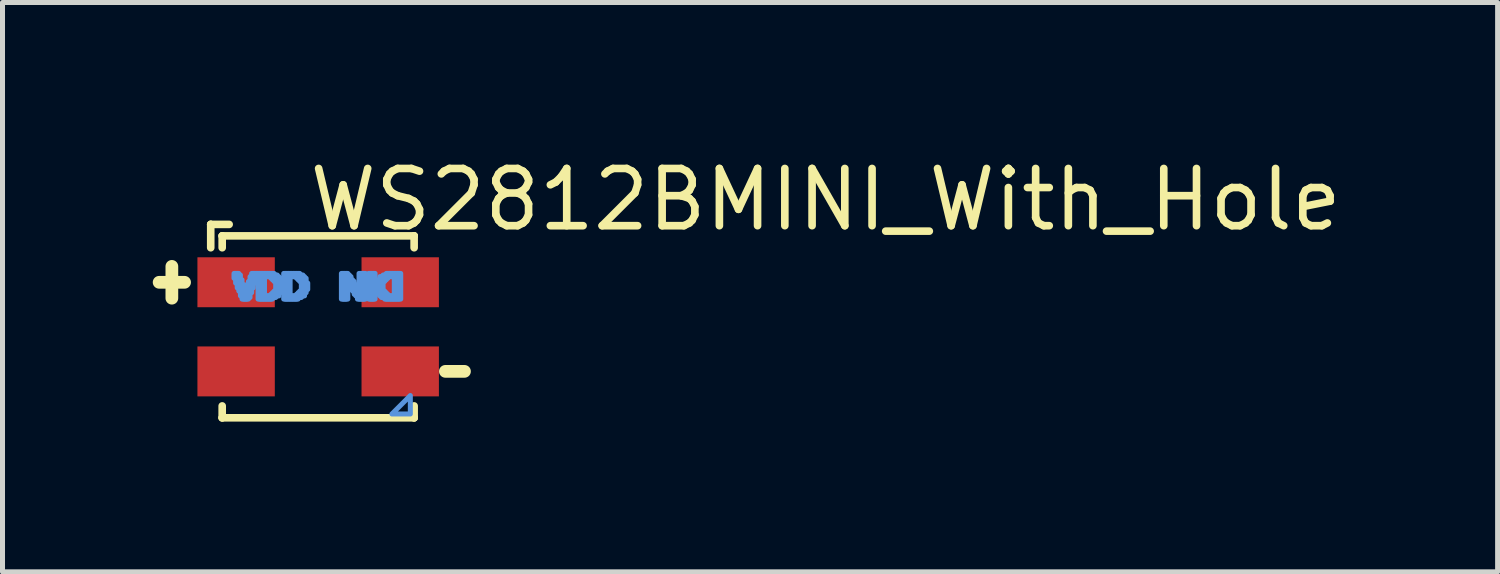
<source format=kicad_pcb>
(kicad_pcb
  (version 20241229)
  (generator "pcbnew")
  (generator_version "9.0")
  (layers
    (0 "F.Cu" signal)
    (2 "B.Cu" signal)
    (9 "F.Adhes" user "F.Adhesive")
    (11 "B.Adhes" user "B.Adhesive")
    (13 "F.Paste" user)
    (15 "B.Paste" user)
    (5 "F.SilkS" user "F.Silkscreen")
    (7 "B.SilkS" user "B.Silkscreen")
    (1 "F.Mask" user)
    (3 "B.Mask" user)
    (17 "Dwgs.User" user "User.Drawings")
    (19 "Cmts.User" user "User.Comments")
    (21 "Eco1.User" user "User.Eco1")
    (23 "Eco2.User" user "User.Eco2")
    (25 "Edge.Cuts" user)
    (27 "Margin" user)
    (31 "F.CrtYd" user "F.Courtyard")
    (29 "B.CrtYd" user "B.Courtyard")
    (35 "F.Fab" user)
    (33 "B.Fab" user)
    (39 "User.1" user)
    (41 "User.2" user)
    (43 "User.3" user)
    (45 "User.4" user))
  (footprint "WS2812BMINI_With_Hole"
    (layer "F.Cu")
    (at 3.302 3.475)
    (property "Reference" "WS2812BMINI_With_Hole" (at -0.254 -2.54 0) (layer "F.SilkS") (effects (font (size 1.143 1.143) (thickness 0.152)) (justify left)))
    (attr smd)
    (fp_line (start -3.175 -0.889) (end -2.667 -0.889) (stroke (width 0.254) (type solid)) (layer "F.SilkS"))
    (fp_line (start -2.921 -1.207) (end -2.921 -0.572) (stroke (width 0.254) (type solid)) (layer "F.SilkS"))
    (fp_line (start -2.145 -2.045) (end -2.145 -2.045) (stroke (width 0.152) (type solid)) (layer "F.SilkS"))
    (fp_line (start -2.145 -2.045) (end -1.777 -2.045) (stroke (width 0.152) (type solid)) (layer "F.SilkS"))
    (fp_line (start -2.145 -1.579) (end -2.145 -2.045) (stroke (width 0.152) (type solid)) (layer "F.SilkS"))
    (fp_line (start -1.916 -1.816) (end -1.916 -1.816) (stroke (width 0.152) (type solid)) (layer "F.SilkS"))
    (fp_line (start -1.916 -1.816) (end 1.916 -1.816) (stroke (width 0.152) (type solid)) (layer "F.SilkS"))
    (fp_line (start -1.916 -1.579) (end -1.916 -1.816) (stroke (width 0.152) (type solid)) (layer "F.SilkS"))
    (fp_line (start -1.916 1.579) (end -1.916 1.816) (stroke (width 0.152) (type solid)) (layer "F.SilkS"))
    (fp_line (start -1.916 1.816) (end -1.916 1.816) (stroke (width 0.152) (type solid)) (layer "F.SilkS"))
    (fp_line (start -1.916 1.816) (end 1.916 1.816) (stroke (width 0.152) (type solid)) (layer "F.SilkS"))
    (fp_line (start 1.916 -1.816) (end 1.916 -1.816) (stroke (width 0.152) (type solid)) (layer "F.SilkS"))
    (fp_line (start 1.916 -1.816) (end 1.916 -1.579) (stroke (width 0.152) (type solid)) (layer "F.SilkS"))
    (fp_line (start 1.916 1.816) (end 1.916 1.579) (stroke (width 0.152) (type solid)) (layer "F.SilkS"))
    (fp_line (start 1.916 1.816) (end 1.916 1.816) (stroke (width 0.152) (type solid)) (layer "F.SilkS"))
    (fp_line (start 2.54 0.889) (end 2.921 0.889) (stroke (width 0.254) (type solid)) (layer "F.SilkS"))
    (fp_poly (pts (xy -1.68 -1.066) (xy -1.648 -1.066) (xy -1.648 -0.97) (xy -1.68 -0.97)) (stroke (width 0.1) (type solid)) (fill no) (layer "Cmts.User"))
    (fp_poly (pts (xy -1.648 -1.066) (xy -1.616 -1.066) (xy -1.616 -0.874) (xy -1.648 -0.874)) (stroke (width 0.1) (type solid)) (fill no) (layer "Cmts.User"))
    (fp_poly (pts (xy -1.616 -1.066) (xy -1.584 -1.066) (xy -1.584 -0.778) (xy -1.616 -0.778)) (stroke (width 0.1) (type solid)) (fill no) (layer "Cmts.User"))
    (fp_poly (pts (xy -1.584 -1.034) (xy -1.552 -1.034) (xy -1.552 -0.714) (xy -1.584 -0.714)) (stroke (width 0.1) (type solid)) (fill no) (layer "Cmts.User"))
    (fp_poly (pts (xy -1.552 -0.938) (xy -1.52 -0.938) (xy -1.52 -0.618) (xy -1.552 -0.618)) (stroke (width 0.1) (type solid)) (fill no) (layer "Cmts.User"))
    (fp_poly (pts (xy -1.52 -0.842) (xy -1.488 -0.842) (xy -1.488 -0.554) (xy -1.52 -0.554)) (stroke (width 0.1) (type solid)) (fill no) (layer "Cmts.User"))
    (fp_poly (pts (xy -1.488 -0.746) (xy -1.456 -0.746) (xy -1.456 -0.554) (xy -1.488 -0.554)) (stroke (width 0.1) (type solid)) (fill no) (layer "Cmts.User"))
    (fp_poly (pts (xy -1.456 -0.746) (xy -1.424 -0.746) (xy -1.424 -0.554) (xy -1.456 -0.554)) (stroke (width 0.1) (type solid)) (fill no) (layer "Cmts.User"))
    (fp_poly (pts (xy -1.424 -0.842) (xy -1.392 -0.842) (xy -1.392 -0.554) (xy -1.424 -0.554)) (stroke (width 0.1) (type solid)) (fill no) (layer "Cmts.User"))
    (fp_poly (pts (xy -1.392 -0.906) (xy -1.36 -0.906) (xy -1.36 -0.586) (xy -1.392 -0.586)) (stroke (width 0.1) (type solid)) (fill no) (layer "Cmts.User"))
    (fp_poly (pts (xy -1.36 -1.002) (xy -1.328 -1.002) (xy -1.328 -0.682) (xy -1.36 -0.682)) (stroke (width 0.1) (type solid)) (fill no) (layer "Cmts.User"))
    (fp_poly (pts (xy -1.328 -1.066) (xy -1.296 -1.066) (xy -1.296 -0.778) (xy -1.328 -0.778)) (stroke (width 0.1) (type solid)) (fill no) (layer "Cmts.User"))
    (fp_poly (pts (xy -1.296 -1.066) (xy -1.264 -1.066) (xy -1.264 -0.874) (xy -1.296 -0.874)) (stroke (width 0.1) (type solid)) (fill no) (layer "Cmts.User"))
    (fp_poly (pts (xy -1.264 -1.066) (xy -1.232 -1.066) (xy -1.232 -0.97) (xy -1.264 -0.97)) (stroke (width 0.1) (type solid)) (fill no) (layer "Cmts.User"))
    (fp_poly (pts (xy -1.232 -1.066) (xy -1.2 -1.066) (xy -1.2 -1.034) (xy -1.232 -1.034)) (stroke (width 0.1) (type solid)) (fill no) (layer "Cmts.User"))
    (fp_poly (pts (xy -1.2 -1.066) (xy -1.168 -1.066) (xy -1.168 -0.554) (xy -1.2 -0.554)) (stroke (width 0.1) (type solid)) (fill no) (layer "Cmts.User"))
    (fp_poly (pts (xy -1.168 -1.066) (xy -1.136 -1.066) (xy -1.136 -0.554) (xy -1.168 -0.554)) (stroke (width 0.1) (type solid)) (fill no) (layer "Cmts.User"))
    (fp_poly (pts (xy -1.136 -1.066) (xy -1.104 -1.066) (xy -1.104 -0.554) (xy -1.136 -0.554)) (stroke (width 0.1) (type solid)) (fill no) (layer "Cmts.User"))
    (fp_poly (pts (xy -1.104 -1.066) (xy -1.072 -1.066) (xy -1.072 -0.554) (xy -1.104 -0.554)) (stroke (width 0.1) (type solid)) (fill no) (layer "Cmts.User"))
    (fp_poly (pts (xy -1.072 -1.066) (xy -1.04 -1.066) (xy -1.04 -1.002) (xy -1.072 -1.002)) (stroke (width 0.1) (type solid)) (fill no) (layer "Cmts.User"))
    (fp_poly (pts (xy -1.072 -0.618) (xy -1.04 -0.618) (xy -1.04 -0.554) (xy -1.072 -0.554)) (stroke (width 0.1) (type solid)) (fill no) (layer "Cmts.User"))
    (fp_poly (pts (xy -1.04 -1.066) (xy -1.008 -1.066) (xy -1.008 -1.002) (xy -1.04 -1.002)) (stroke (width 0.1) (type solid)) (fill no) (layer "Cmts.User"))
    (fp_poly (pts (xy -1.04 -0.618) (xy -1.008 -0.618) (xy -1.008 -0.554) (xy -1.04 -0.554)) (stroke (width 0.1) (type solid)) (fill no) (layer "Cmts.User"))
    (fp_poly (pts (xy -1.008 -1.066) (xy -0.976 -1.066) (xy -0.976 -1.002) (xy -1.008 -1.002)) (stroke (width 0.1) (type solid)) (fill no) (layer "Cmts.User"))
    (fp_poly (pts (xy -1.008 -0.618) (xy -0.976 -0.618) (xy -0.976 -0.554) (xy -1.008 -0.554)) (stroke (width 0.1) (type solid)) (fill no) (layer "Cmts.User"))
    (fp_poly (pts (xy -0.976 -1.066) (xy -0.944 -1.066) (xy -0.944 -1.002) (xy -0.976 -1.002)) (stroke (width 0.1) (type solid)) (fill no) (layer "Cmts.User"))
    (fp_poly (pts (xy -0.976 -0.618) (xy -0.944 -0.618) (xy -0.944 -0.554) (xy -0.976 -0.554)) (stroke (width 0.1) (type solid)) (fill no) (layer "Cmts.User"))
    (fp_poly (pts (xy -0.944 -1.066) (xy -0.912 -1.066) (xy -0.912 -0.97) (xy -0.944 -0.97)) (stroke (width 0.1) (type solid)) (fill no) (layer "Cmts.User"))
    (fp_poly (pts (xy -0.944 -0.65) (xy -0.912 -0.65) (xy -0.912 -0.554) (xy -0.944 -0.554)) (stroke (width 0.1) (type solid)) (fill no) (layer "Cmts.User"))
    (fp_poly (pts (xy -0.912 -1.066) (xy -0.88 -1.066) (xy -0.88 -0.938) (xy -0.912 -0.938)) (stroke (width 0.1) (type solid)) (fill no) (layer "Cmts.User"))
    (fp_poly (pts (xy -0.912 -0.682) (xy -0.88 -0.682) (xy -0.88 -0.586) (xy -0.912 -0.586)) (stroke (width 0.1) (type solid)) (fill no) (layer "Cmts.User"))
    (fp_poly (pts (xy -0.88 -1.034) (xy -0.848 -1.034) (xy -0.848 -0.906) (xy -0.88 -0.906)) (stroke (width 0.1) (type solid)) (fill no) (layer "Cmts.User"))
    (fp_poly (pts (xy -0.88 -0.714) (xy -0.848 -0.714) (xy -0.848 -0.586) (xy -0.88 -0.586)) (stroke (width 0.1) (type solid)) (fill no) (layer "Cmts.User"))
    (fp_poly (pts (xy -0.848 -1.034) (xy -0.816 -1.034) (xy -0.816 -0.618) (xy -0.848 -0.618)) (stroke (width 0.1) (type solid)) (fill no) (layer "Cmts.User"))
    (fp_poly (pts (xy -0.816 -1.002) (xy -0.784 -1.002) (xy -0.784 -0.618) (xy -0.816 -0.618)) (stroke (width 0.1) (type solid)) (fill no) (layer "Cmts.User"))
    (fp_poly (pts (xy -0.784 -0.97) (xy -0.752 -0.97) (xy -0.752 -0.682) (xy -0.784 -0.682)) (stroke (width 0.1) (type solid)) (fill no) (layer "Cmts.User"))
    (fp_poly (pts (xy -0.752 -0.874) (xy -0.72 -0.874) (xy -0.72 -0.746) (xy -0.752 -0.746)) (stroke (width 0.1) (type solid)) (fill no) (layer "Cmts.User"))
    (fp_poly (pts (xy -0.688 -1.066) (xy -0.656 -1.066) (xy -0.656 -0.554) (xy -0.688 -0.554)) (stroke (width 0.1) (type solid)) (fill no) (layer "Cmts.User"))
    (fp_poly (pts (xy -0.656 -1.066) (xy -0.624 -1.066) (xy -0.624 -0.554) (xy -0.656 -0.554)) (stroke (width 0.1) (type solid)) (fill no) (layer "Cmts.User"))
    (fp_poly (pts (xy -0.624 -1.066) (xy -0.592 -1.066) (xy -0.592 -0.554) (xy -0.624 -0.554)) (stroke (width 0.1) (type solid)) (fill no) (layer "Cmts.User"))
    (fp_poly (pts (xy -0.592 -1.066) (xy -0.56 -1.066) (xy -0.56 -0.554) (xy -0.592 -0.554)) (stroke (width 0.1) (type solid)) (fill no) (layer "Cmts.User"))
    (fp_poly (pts (xy -0.56 -1.066) (xy -0.528 -1.066) (xy -0.528 -1.002) (xy -0.56 -1.002)) (stroke (width 0.1) (type solid)) (fill no) (layer "Cmts.User"))
    (fp_poly (pts (xy -0.56 -0.618) (xy -0.528 -0.618) (xy -0.528 -0.554) (xy -0.56 -0.554)) (stroke (width 0.1) (type solid)) (fill no) (layer "Cmts.User"))
    (fp_poly (pts (xy -0.528 -1.066) (xy -0.496 -1.066) (xy -0.496 -1.002) (xy -0.528 -1.002)) (stroke (width 0.1) (type solid)) (fill no) (layer "Cmts.User"))
    (fp_poly (pts (xy -0.528 -0.618) (xy -0.496 -0.618) (xy -0.496 -0.554) (xy -0.528 -0.554)) (stroke (width 0.1) (type solid)) (fill no) (layer "Cmts.User"))
    (fp_poly (pts (xy -0.496 -1.066) (xy -0.464 -1.066) (xy -0.464 -1.002) (xy -0.496 -1.002)) (stroke (width 0.1) (type solid)) (fill no) (layer "Cmts.User"))
    (fp_poly (pts (xy -0.496 -0.618) (xy -0.464 -0.618) (xy -0.464 -0.554) (xy -0.496 -0.554)) (stroke (width 0.1) (type solid)) (fill no) (layer "Cmts.User"))
    (fp_poly (pts (xy -0.464 -1.066) (xy -0.432 -1.066) (xy -0.432 -1.002) (xy -0.464 -1.002)) (stroke (width 0.1) (type solid)) (fill no) (layer "Cmts.User"))
    (fp_poly (pts (xy -0.464 -0.618) (xy -0.432 -0.618) (xy -0.432 -0.554) (xy -0.464 -0.554)) (stroke (width 0.1) (type solid)) (fill no) (layer "Cmts.User"))
    (fp_poly (pts (xy -0.432 -1.066) (xy -0.4 -1.066) (xy -0.4 -0.97) (xy -0.432 -0.97)) (stroke (width 0.1) (type solid)) (fill no) (layer "Cmts.User"))
    (fp_poly (pts (xy -0.432 -0.65) (xy -0.4 -0.65) (xy -0.4 -0.554) (xy -0.432 -0.554)) (stroke (width 0.1) (type solid)) (fill no) (layer "Cmts.User"))
    (fp_poly (pts (xy -0.4 -1.066) (xy -0.368 -1.066) (xy -0.368 -0.938) (xy -0.4 -0.938)) (stroke (width 0.1) (type solid)) (fill no) (layer "Cmts.User"))
    (fp_poly (pts (xy -0.4 -0.682) (xy -0.368 -0.682) (xy -0.368 -0.586) (xy -0.4 -0.586)) (stroke (width 0.1) (type solid)) (fill no) (layer "Cmts.User"))
    (fp_poly (pts (xy -0.368 -1.034) (xy -0.336 -1.034) (xy -0.336 -0.906) (xy -0.368 -0.906)) (stroke (width 0.1) (type solid)) (fill no) (layer "Cmts.User"))
    (fp_poly (pts (xy -0.368 -0.714) (xy -0.336 -0.714) (xy -0.336 -0.586) (xy -0.368 -0.586)) (stroke (width 0.1) (type solid)) (fill no) (layer "Cmts.User"))
    (fp_poly (pts (xy -0.336 -1.034) (xy -0.304 -1.034) (xy -0.304 -0.618) (xy -0.336 -0.618)) (stroke (width 0.1) (type solid)) (fill no) (layer "Cmts.User"))
    (fp_poly (pts (xy -0.304 -1.002) (xy -0.272 -1.002) (xy -0.272 -0.618) (xy -0.304 -0.618)) (stroke (width 0.1) (type solid)) (fill no) (layer "Cmts.User"))
    (fp_poly (pts (xy -0.272 -0.97) (xy -0.24 -0.97) (xy -0.24 -0.682) (xy -0.272 -0.682)) (stroke (width 0.1) (type solid)) (fill no) (layer "Cmts.User"))
    (fp_poly (pts (xy -0.24 -0.874) (xy -0.208 -0.874) (xy -0.208 -0.746) (xy -0.24 -0.746)) (stroke (width 0.1) (type solid)) (fill no) (layer "Cmts.User"))
    (fp_poly (pts (xy 0.464 -1.066) (xy 0.496 -1.066) (xy 0.496 -0.554) (xy 0.464 -0.554)) (stroke (width 0.1) (type solid)) (fill no) (layer "Cmts.User"))
    (fp_poly (pts (xy 0.496 -1.066) (xy 0.528 -1.066) (xy 0.528 -0.554) (xy 0.496 -0.554)) (stroke (width 0.1) (type solid)) (fill no) (layer "Cmts.User"))
    (fp_poly (pts (xy 0.528 -1.066) (xy 0.56 -1.066) (xy 0.56 -0.554) (xy 0.528 -0.554)) (stroke (width 0.1) (type solid)) (fill no) (layer "Cmts.User"))
    (fp_poly (pts (xy 0.56 -1.066) (xy 0.592 -1.066) (xy 0.592 -0.554) (xy 0.56 -0.554)) (stroke (width 0.1) (type solid)) (fill no) (layer "Cmts.User"))
    (fp_poly (pts (xy 0.592 -1.034) (xy 0.624 -1.034) (xy 0.624 -0.842) (xy 0.592 -0.842)) (stroke (width 0.1) (type solid)) (fill no) (layer "Cmts.User"))
    (fp_poly (pts (xy 0.624 -1.002) (xy 0.656 -1.002) (xy 0.656 -0.81) (xy 0.624 -0.81)) (stroke (width 0.1) (type solid)) (fill no) (layer "Cmts.User"))
    (fp_poly (pts (xy 0.656 -0.938) (xy 0.688 -0.938) (xy 0.688 -0.746) (xy 0.656 -0.746)) (stroke (width 0.1) (type solid)) (fill no) (layer "Cmts.User"))
    (fp_poly (pts (xy 0.688 -0.906) (xy 0.72 -0.906) (xy 0.72 -0.714) (xy 0.688 -0.714)) (stroke (width 0.1) (type solid)) (fill no) (layer "Cmts.User"))
    (fp_poly (pts (xy 0.72 -0.842) (xy 0.752 -0.842) (xy 0.752 -0.65) (xy 0.72 -0.65)) (stroke (width 0.1) (type solid)) (fill no) (layer "Cmts.User"))
    (fp_poly (pts (xy 0.752 -0.778) (xy 0.784 -0.778) (xy 0.784 -0.618) (xy 0.752 -0.618)) (stroke (width 0.1) (type solid)) (fill no) (layer "Cmts.User"))
    (fp_poly (pts (xy 0.784 -0.746) (xy 0.816 -0.746) (xy 0.816 -0.554) (xy 0.784 -0.554)) (stroke (width 0.1) (type solid)) (fill no) (layer "Cmts.User"))
    (fp_poly (pts (xy 0.816 -1.066) (xy 0.848 -1.066) (xy 0.848 -0.554) (xy 0.816 -0.554)) (stroke (width 0.1) (type solid)) (fill no) (layer "Cmts.User"))
    (fp_poly (pts (xy 0.848 -1.066) (xy 0.88 -1.066) (xy 0.88 -0.554) (xy 0.848 -0.554)) (stroke (width 0.1) (type solid)) (fill no) (layer "Cmts.User"))
    (fp_poly (pts (xy 0.88 -1.066) (xy 0.912 -1.066) (xy 0.912 -0.554) (xy 0.88 -0.554)) (stroke (width 0.1) (type solid)) (fill no) (layer "Cmts.User"))
    (fp_poly (pts (xy 0.912 -1.066) (xy 0.944 -1.066) (xy 0.944 -0.554) (xy 0.912 -0.554)) (stroke (width 0.1) (type solid)) (fill no) (layer "Cmts.User"))
    (fp_poly (pts (xy 1.008 -1.066) (xy 1.04 -1.066) (xy 1.04 -0.554) (xy 1.008 -0.554)) (stroke (width 0.1) (type solid)) (fill no) (layer "Cmts.User"))
    (fp_poly (pts (xy 1.04 -1.066) (xy 1.072 -1.066) (xy 1.072 -0.554) (xy 1.04 -0.554)) (stroke (width 0.1) (type solid)) (fill no) (layer "Cmts.User"))
    (fp_poly (pts (xy 1.072 -1.066) (xy 1.104 -1.066) (xy 1.104 -0.554) (xy 1.072 -0.554)) (stroke (width 0.1) (type solid)) (fill no) (layer "Cmts.User"))
    (fp_poly (pts (xy 1.104 -1.066) (xy 1.136 -1.066) (xy 1.136 -0.554) (xy 1.104 -0.554)) (stroke (width 0.1) (type solid)) (fill no) (layer "Cmts.User"))
    (fp_poly (pts (xy 1.168 -0.874) (xy 1.2 -0.874) (xy 1.2 -0.746) (xy 1.168 -0.746)) (stroke (width 0.1) (type solid)) (fill no) (layer "Cmts.User"))
    (fp_poly (pts (xy 1.2 -0.938) (xy 1.232 -0.938) (xy 1.232 -0.65) (xy 1.2 -0.65)) (stroke (width 0.1) (type solid)) (fill no) (layer "Cmts.User"))
    (fp_poly (pts (xy 1.232 -1.002) (xy 1.264 -1.002) (xy 1.264 -0.618) (xy 1.232 -0.618)) (stroke (width 0.1) (type solid)) (fill no) (layer "Cmts.User"))
    (fp_poly (pts (xy 1.264 -1.002) (xy 1.296 -1.002) (xy 1.296 -0.586) (xy 1.264 -0.586)) (stroke (width 0.1) (type solid)) (fill no) (layer "Cmts.User"))
    (fp_poly (pts (xy 1.296 -1.034) (xy 1.328 -1.034) (xy 1.328 -0.906) (xy 1.296 -0.906)) (stroke (width 0.1) (type solid)) (fill no) (layer "Cmts.User"))
    (fp_poly (pts (xy 1.296 -0.714) (xy 1.328 -0.714) (xy 1.328 -0.586) (xy 1.296 -0.586)) (stroke (width 0.1) (type solid)) (fill no) (layer "Cmts.User"))
    (fp_poly (pts (xy 1.328 -1.034) (xy 1.36 -1.034) (xy 1.36 -0.938) (xy 1.328 -0.938)) (stroke (width 0.1) (type solid)) (fill no) (layer "Cmts.User"))
    (fp_poly (pts (xy 1.328 -0.682) (xy 1.36 -0.682) (xy 1.36 -0.554) (xy 1.328 -0.554)) (stroke (width 0.1) (type solid)) (fill no) (layer "Cmts.User"))
    (fp_poly (pts (xy 1.36 -1.066) (xy 1.392 -1.066) (xy 1.392 -0.97) (xy 1.36 -0.97)) (stroke (width 0.1) (type solid)) (fill no) (layer "Cmts.User"))
    (fp_poly (pts (xy 1.36 -0.65) (xy 1.392 -0.65) (xy 1.392 -0.554) (xy 1.36 -0.554)) (stroke (width 0.1) (type solid)) (fill no) (layer "Cmts.User"))
    (fp_poly (pts (xy 1.392 -1.066) (xy 1.424 -1.066) (xy 1.424 -1.002) (xy 1.392 -1.002)) (stroke (width 0.1) (type solid)) (fill no) (layer "Cmts.User"))
    (fp_poly (pts (xy 1.392 -0.618) (xy 1.424 -0.618) (xy 1.424 -0.554) (xy 1.392 -0.554)) (stroke (width 0.1) (type solid)) (fill no) (layer "Cmts.User"))
    (fp_poly (pts (xy 1.424 -1.066) (xy 1.456 -1.066) (xy 1.456 -1.002) (xy 1.424 -1.002)) (stroke (width 0.1) (type solid)) (fill no) (layer "Cmts.User"))
    (fp_poly (pts (xy 1.424 -0.618) (xy 1.456 -0.618) (xy 1.456 -0.554) (xy 1.424 -0.554)) (stroke (width 0.1) (type solid)) (fill no) (layer "Cmts.User"))
    (fp_poly (pts (xy 1.456 -1.066) (xy 1.488 -1.066) (xy 1.488 -1.002) (xy 1.456 -1.002)) (stroke (width 0.1) (type solid)) (fill no) (layer "Cmts.User"))
    (fp_poly (pts (xy 1.456 -0.618) (xy 1.488 -0.618) (xy 1.488 -0.554) (xy 1.456 -0.554)) (stroke (width 0.1) (type solid)) (fill no) (layer "Cmts.User"))
    (fp_poly (pts (xy 1.488 -1.066) (xy 1.52 -1.066) (xy 1.52 -1.002) (xy 1.488 -1.002)) (stroke (width 0.1) (type solid)) (fill no) (layer "Cmts.User"))
    (fp_poly (pts (xy 1.488 -0.618) (xy 1.52 -0.618) (xy 1.52 -0.554) (xy 1.488 -0.554)) (stroke (width 0.1) (type solid)) (fill no) (layer "Cmts.User"))
    (fp_poly (pts (xy 1.52 -1.066) (xy 1.552 -1.066) (xy 1.552 -0.554) (xy 1.52 -0.554)) (stroke (width 0.1) (type solid)) (fill no) (layer "Cmts.User"))
    (fp_poly (pts (xy 1.552 -1.066) (xy 1.584 -1.066) (xy 1.584 -0.554) (xy 1.552 -0.554)) (stroke (width 0.1) (type solid)) (fill no) (layer "Cmts.User"))
    (fp_poly (pts (xy 1.584 -1.066) (xy 1.616 -1.066) (xy 1.616 -0.554) (xy 1.584 -0.554)) (stroke (width 0.1) (type solid)) (fill no) (layer "Cmts.User"))
    (fp_poly (pts (xy 1.616 -1.066) (xy 1.648 -1.066) (xy 1.648 -0.554) (xy 1.616 -0.554)) (stroke (width 0.1) (type solid)) (fill no) (layer "Cmts.User"))
    (fp_poly (pts (xy 1.84 1.74) (xy 1.472 1.74) (xy 1.84 1.372) (xy 1.84 1.74)) (stroke (width 0.1) (type solid)) (fill no) (layer "Cmts.User"))
    (pad "1" smd rect (at -1.638 -0.89) (size 1.545 0.997) (layers "F.Cu" "F.Mask" "F.Paste"))
    (pad "2" smd rect (at -1.638 0.89) (size 1.545 0.997) (layers "F.Cu" "F.Mask" "F.Paste"))
    (pad "3" smd rect (at 1.638 0.89) (size 1.545 0.997) (layers "F.Cu" "F.Mask" "F.Paste"))
    (pad "4" smd rect (at 1.638 -0.89) (size 1.545 0.997) (layers "F.Cu" "F.Mask" "F.Paste")))
  (gr_rect
    (start -3 -3)
    (end 26.849 8.367)
    (stroke (width 0.1) (type default))
    (fill no)
    (layer "Edge.Cuts")))
</source>
